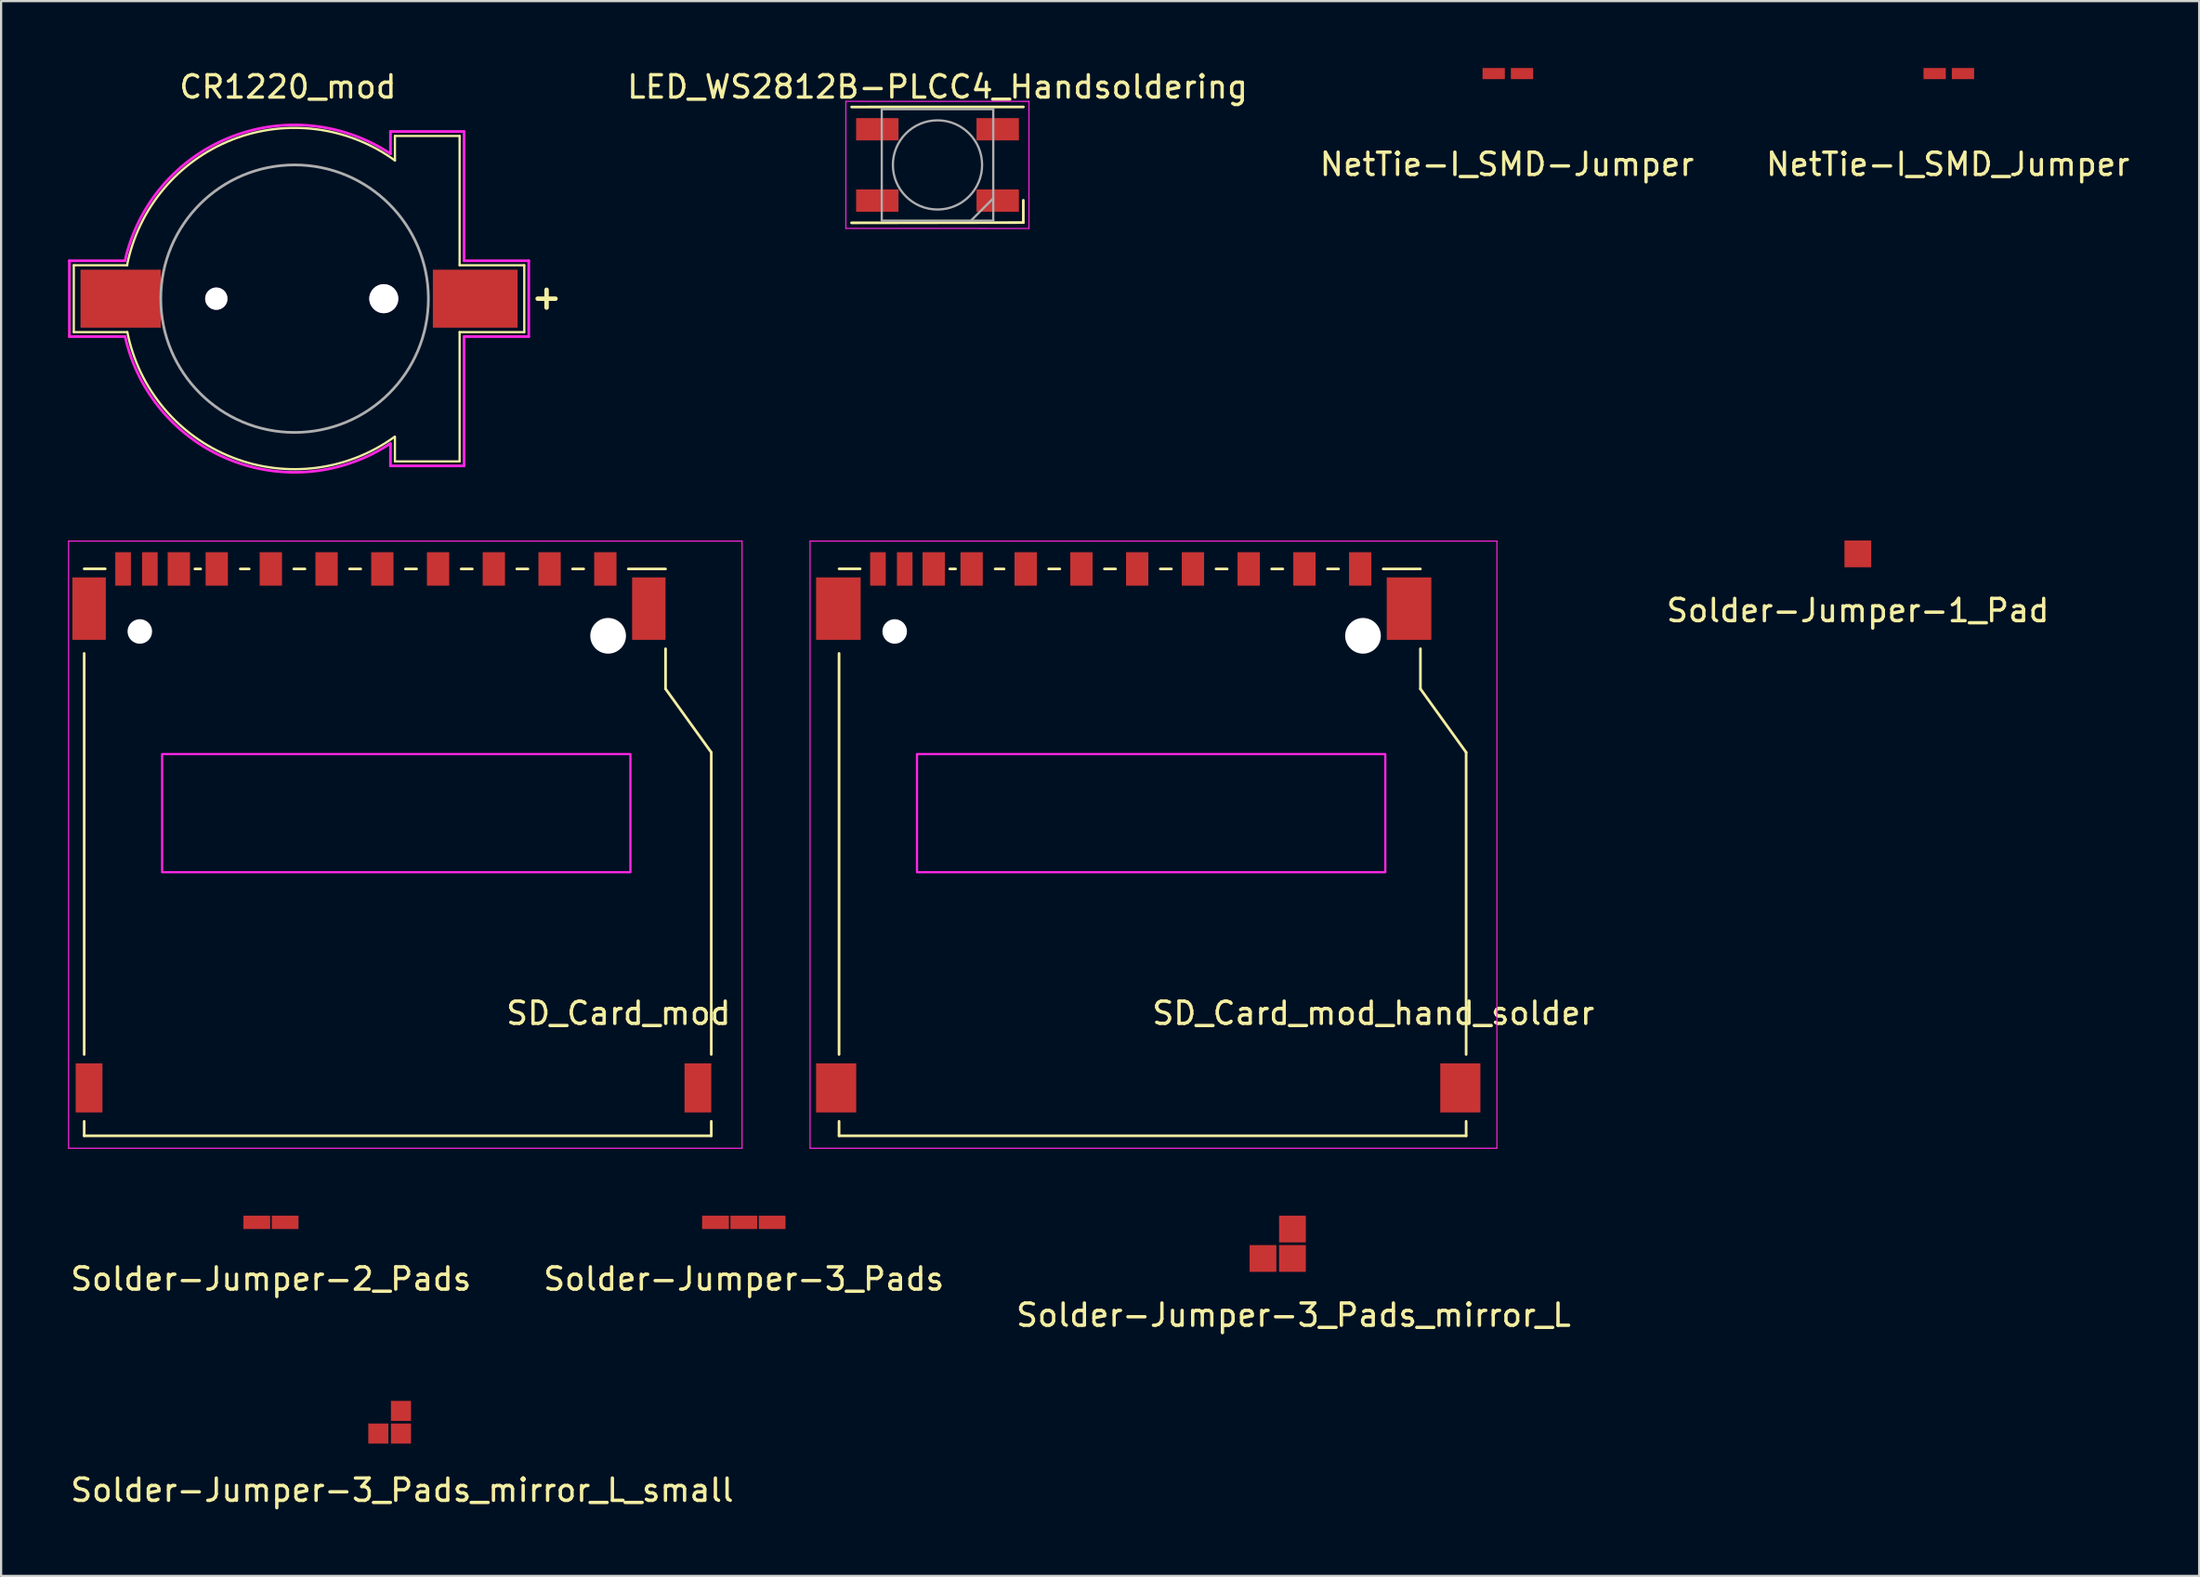
<source format=kicad_pcb>
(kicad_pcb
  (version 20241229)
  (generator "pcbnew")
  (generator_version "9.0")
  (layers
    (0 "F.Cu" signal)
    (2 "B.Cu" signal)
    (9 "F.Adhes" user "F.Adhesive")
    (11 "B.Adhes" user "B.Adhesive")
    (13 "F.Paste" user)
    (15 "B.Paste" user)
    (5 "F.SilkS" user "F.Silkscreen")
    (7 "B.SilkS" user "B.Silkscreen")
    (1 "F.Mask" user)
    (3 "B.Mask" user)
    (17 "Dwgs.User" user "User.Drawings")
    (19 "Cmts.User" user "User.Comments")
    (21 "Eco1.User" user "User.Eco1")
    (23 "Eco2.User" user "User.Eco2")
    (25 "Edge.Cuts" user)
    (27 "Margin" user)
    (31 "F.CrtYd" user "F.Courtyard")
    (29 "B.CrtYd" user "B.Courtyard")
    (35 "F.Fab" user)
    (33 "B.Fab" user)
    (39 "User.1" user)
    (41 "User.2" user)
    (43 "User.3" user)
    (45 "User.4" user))
  (footprint "Solder-Jumper-3_Pads_mirror_L_small"
    (layer "F.Cu")
    (at 14.982 61.256)
    (property "Reference" "Solder-Jumper-3_Pads_mirror_L_small" (at 0 2.54 0) (layer "F.SilkS") (effects (font (size 1 1) (thickness 0.15))))
    (attr through_hole)
    (pad "1" smd rect (at -1.067 0) (size 0.9 0.9) (layers "F.Cu" "F.Mask" "F.Paste"))
    (pad "2" smd rect (at -0.051 0) (size 0.9 0.9) (layers "F.Cu" "F.Mask" "F.Paste"))
    (pad "3" smd rect (at -0.051 -1.016) (size 0.9 0.9) (layers "F.Cu" "F.Mask" "F.Paste")))
  (footprint "Solder-Jumper-3_Pads_mirror_L"
    (layer "F.Cu")
    (at 54.958 53.402)
    (property "Reference" "Solder-Jumper-3_Pads_mirror_L" (at 0 2.54 0) (layer "F.SilkS") (effects (font (size 1 1) (thickness 0.15))))
    (attr through_hole)
    (pad "1" smd rect (at -1.372 0) (size 1.2 1.2) (layers "F.Cu" "F.Mask" "F.Paste"))
    (pad "2" smd rect (at -0.051 0) (size 1.2 1.2) (layers "F.Cu" "F.Mask" "F.Paste"))
    (pad "3" smd rect (at -0.051 -1.321) (size 1.2 1.2) (layers "F.Cu" "F.Mask" "F.Paste")))
  (footprint "Solder-Jumper-3_Pads"
    (layer "F.Cu")
    (at 30.304 51.781)
    (property "Reference" "Solder-Jumper-3_Pads" (at 0 2.54 0) (layer "F.SilkS") (effects (font (size 1 1) (thickness 0.15))))
    (attr through_hole)
    (pad "1" smd rect (at -1.27 0) (size 1.2 0.6) (layers "F.Cu" "F.Mask" "F.Paste"))
    (pad "2" smd rect (at 0 0) (size 1.2 0.6) (layers "F.Cu" "F.Mask" "F.Paste"))
    (pad "3" smd rect (at 1.27 0) (size 1.2 0.6) (layers "F.Cu" "F.Mask" "F.Paste")))
  (footprint "Solder-Jumper-1_Pad"
    (layer "F.Cu")
    (at 80.261 21.796)
    (property "Reference" "Solder-Jumper-1_Pad" (at 0 2.54 0) (layer "F.SilkS") (effects (font (size 1 1) (thickness 0.15))))
    (attr through_hole)
    (pad "1" smd rect (at 0 0) (size 1.2 1.2) (layers "F.Cu" "F.Mask" "F.Paste")))
  (footprint "CR1220_mod"
    (layer "F.Cu")
    (at 10.16 10.348)
    (property "Reference" "CR1220_mod" (at -0.3 -9.5 180) (layer "F.SilkS") (effects (font (size 1 1) (thickness 0.15))))
    (attr through_hole)
    (fp_line (start -9.9 -1.5) (end -9.9 1.5) (stroke (width 0.1) (type solid)) (layer "F.SilkS"))
    (fp_line (start -9.9 1.5) (end -7.5 1.5) (stroke (width 0.1) (type solid)) (layer "F.SilkS"))
    (fp_line (start -7.5 -1.5) (end -9.9 -1.5) (stroke (width 0.1) (type solid)) (layer "F.SilkS"))
    (fp_line (start 4.5 -7.3) (end 4.5 -6.2) (stroke (width 0.1) (type solid)) (layer "F.SilkS"))
    (fp_line (start 4.5 7.3) (end 4.5 6.2) (stroke (width 0.1) (type solid)) (layer "F.SilkS"))
    (fp_line (start 7.4 -7.3) (end 4.5 -7.3) (stroke (width 0.1) (type solid)) (layer "F.SilkS"))
    (fp_line (start 7.4 -1.5) (end 7.4 -7.3) (stroke (width 0.1) (type solid)) (layer "F.SilkS"))
    (fp_line (start 7.4 1.5) (end 7.4 7.3) (stroke (width 0.1) (type solid)) (layer "F.SilkS"))
    (fp_line (start 7.4 1.5) (end 10.3 1.5) (stroke (width 0.1) (type solid)) (layer "F.SilkS"))
    (fp_line (start 7.4 7.3) (end 4.5 7.3) (stroke (width 0.1) (type solid)) (layer "F.SilkS"))
    (fp_line (start 10.3 -1.5) (end 7.4 -1.5) (stroke (width 0.1) (type solid)) (layer "F.SilkS"))
    (fp_line (start 10.3 1.5) (end 10.3 -1.5) (stroke (width 0.1) (type solid)) (layer "F.SilkS"))
    (fp_line (start 10.9 0) (end 11.7 0) (stroke (width 0.2) (type solid)) (layer "F.SilkS"))
    (fp_line (start 11.3 -0.4) (end 11.3 0.4) (stroke (width 0.2) (type solid)) (layer "F.SilkS"))
    (fp_arc (start -7.512168 -1.502433) (mid -2.790174 -7.134767) (end 4.499999 -6.199999) (stroke (width 0.1) (type solid)) (layer "F.SilkS"))
    (fp_arc (start 4.492709 6.189956) (mid -2.785655 7.12321) (end -7.499999 1.499999) (stroke (width 0.1) (type solid)) (layer "F.SilkS"))
    (fp_line (start -10.1 -1.7) (end -10.1 1.7) (stroke (width 0.12) (type solid)) (layer "F.CrtYd"))
    (fp_line (start -10.1 1.7) (end -7.6 1.7) (stroke (width 0.12) (type solid)) (layer "F.CrtYd"))
    (fp_line (start -7.606 -1.701) (end -10.1 -1.7) (stroke (width 0.12) (type solid)) (layer "F.CrtYd"))
    (fp_line (start 4.3 -7.5) (end 4.3 -6.5) (stroke (width 0.12) (type solid)) (layer "F.CrtYd"))
    (fp_line (start 4.3 6.5) (end 4.3 7.5) (stroke (width 0.12) (type solid)) (layer "F.CrtYd"))
    (fp_line (start 4.3 7.5) (end 7.6 7.5) (stroke (width 0.12) (type solid)) (layer "F.CrtYd"))
    (fp_line (start 7.6 -7.5) (end 4.3 -7.5) (stroke (width 0.12) (type solid)) (layer "F.CrtYd"))
    (fp_line (start 7.6 -1.7) (end 7.6 -7.5) (stroke (width 0.12) (type solid)) (layer "F.CrtYd"))
    (fp_line (start 7.6 1.7) (end 10.5 1.7) (stroke (width 0.12) (type solid)) (layer "F.CrtYd"))
    (fp_line (start 7.6 7.5) (end 7.6 1.7) (stroke (width 0.12) (type solid)) (layer "F.CrtYd"))
    (fp_line (start 10.5 -1.7) (end 7.6 -1.7) (stroke (width 0.12) (type solid)) (layer "F.CrtYd"))
    (fp_line (start 10.5 1.7) (end 10.5 -1.7) (stroke (width 0.12) (type solid)) (layer "F.CrtYd"))
    (fp_arc (start -7.605636 -1.70126) (mid -2.913552 -7.228499) (end 4.299999 -6.499999) (stroke (width 0.12) (type solid)) (layer "F.CrtYd"))
    (fp_arc (start 4.296812 6.495182) (mid -2.911392 7.223142) (end -7.599999 1.699999) (stroke (width 0.12) (type solid)) (layer "F.CrtYd"))
    (fp_circle (center 0 0) (end 0 -6) (stroke (width 0.12) (type solid)) (fill no) (layer "F.Fab"))
    (pad "" thru_hole circle (at -3.51 0) (size 1 1) (drill 1) (layers "*.Cu" "*.Mask"))
    (pad "" thru_hole circle (at 4 0) (size 1.3 1.3) (drill 1.3) (layers "*.Cu" "*.Mask"))
    (pad "1" smd rect (at 8.1 0) (size 3.8 2.6) (layers "F.Cu" "F.Mask" "F.Paste"))
    (pad "2" smd rect (at -7.8 0) (size 3.6 2.6) (layers "F.Cu" "F.Mask" "F.Paste")))
  (footprint "SD_Card_mod"
    (layer "F.Cu")
    (at 15.125 34.621)
    (property "Reference" "SD_Card_mod" (at 9.56 7.78 0) (layer "F.SilkS") (effects (font (size 1 1) (thickness 0.15))))
    (attr smd)
    (fp_line (start -14.4 -12.155) (end -13.455 -12.155) (stroke (width 0.12) (type solid)) (layer "F.SilkS"))
    (fp_line (start -14.4 9.63) (end -14.4 -8.36) (stroke (width 0.12) (type solid)) (layer "F.SilkS"))
    (fp_line (start -14.4 13.28) (end -14.4 12.63) (stroke (width 0.12) (type solid)) (layer "F.SilkS"))
    (fp_line (start -9.435 -12.15) (end -9.175 -12.15) (stroke (width 0.12) (type solid)) (layer "F.SilkS"))
    (fp_line (start -7.4 -12.15) (end -7 -12.15) (stroke (width 0.12) (type solid)) (layer "F.SilkS"))
    (fp_line (start -5 -12.15) (end -4.5 -12.15) (stroke (width 0.12) (type solid)) (layer "F.SilkS"))
    (fp_line (start -2.5 -12.15) (end -2 -12.15) (stroke (width 0.12) (type solid)) (layer "F.SilkS"))
    (fp_line (start 0.005 -12.15) (end 0.505 -12.15) (stroke (width 0.12) (type solid)) (layer "F.SilkS"))
    (fp_line (start 2.505 -12.15) (end 3.005 -12.15) (stroke (width 0.12) (type solid)) (layer "F.SilkS"))
    (fp_line (start 5 -12.15) (end 5.5 -12.15) (stroke (width 0.12) (type solid)) (layer "F.SilkS"))
    (fp_line (start 7.5 -12.15) (end 8 -12.15) (stroke (width 0.12) (type solid)) (layer "F.SilkS"))
    (fp_line (start 11.67 -12.15) (end 10 -12.15) (stroke (width 0.12) (type solid)) (layer "F.SilkS"))
    (fp_line (start 11.67 -6.77) (end 11.67 -8.57) (stroke (width 0.12) (type solid)) (layer "F.SilkS"))
    (fp_line (start 13.72 -3.92) (end 11.67 -6.77) (stroke (width 0.12) (type solid)) (layer "F.SilkS"))
    (fp_line (start 13.72 9.63) (end 13.72 -3.92) (stroke (width 0.12) (type solid)) (layer "F.SilkS"))
    (fp_line (start 13.72 13.28) (end -14.4 13.28) (stroke (width 0.12) (type solid)) (layer "F.SilkS"))
    (fp_line (start 13.72 13.28) (end 13.72 12.63) (stroke (width 0.12) (type solid)) (layer "F.SilkS"))
    (fp_line (start -15.1 -13.4) (end -15.1 13.835) (stroke (width 0.05) (type solid)) (layer "F.CrtYd"))
    (fp_line (start -15.1 13.835) (end 15.1 13.835) (stroke (width 0.05) (type solid)) (layer "F.CrtYd"))
    (fp_line (start 15.1 -13.4) (end -15.1 -13.4) (stroke (width 0.05) (type solid)) (layer "F.CrtYd"))
    (fp_line (start 15.1 13.835) (end 15.1 -13.4) (stroke (width 0.05) (type solid)) (layer "F.CrtYd"))
    (fp_poly (pts (xy 10.095 1.455) (xy -10.905 1.455) (xy -10.905 -3.845) (xy 10.095 -3.845)) (stroke (width 0.1) (type solid)) (fill no) (layer "F.CrtYd"))
    (pad "" np_thru_hole circle (at -11.905 -9.345) (size 1.1 1.1) (drill 1.1) (layers "*.Cu" "*.Mask"))
    (pad "" np_thru_hole circle (at 9.095 -9.15) (size 1.6 1.6) (drill 1.6) (layers "*.Cu" "*.Mask"))
    (pad "1" smd rect (at 6.47 -12.15) (size 1 1.5) (layers "F.Cu" "F.Mask" "F.Paste"))
    (pad "2" smd rect (at 3.97 -12.15) (size 1 1.5) (layers "F.Cu" "F.Mask" "F.Paste"))
    (pad "3" smd rect (at 1.47 -12.15) (size 1 1.5) (layers "F.Cu" "F.Mask" "F.Paste"))
    (pad "4" smd rect (at -1.03 -12.15) (size 1 1.5) (layers "F.Cu" "F.Mask" "F.Paste"))
    (pad "5" smd rect (at -3.53 -12.15) (size 1 1.5) (layers "F.Cu" "F.Mask" "F.Paste"))
    (pad "6" smd rect (at -6.03 -12.15) (size 1 1.5) (layers "F.Cu" "F.Mask" "F.Paste"))
    (pad "7" smd rect (at -8.455 -12.15) (size 1 1.5) (layers "F.Cu" "F.Mask" "F.Paste"))
    (pad "8" smd rect (at -10.155 -12.15) (size 1 1.5) (layers "F.Cu" "F.Mask" "F.Paste"))
    (pad "9" smd rect (at 8.97 -12.15) (size 1 1.5) (layers "F.Cu" "F.Mask" "F.Paste"))
    (pad "10" smd rect (at -11.455 -12.15) (size 0.7 1.5) (layers "F.Cu" "F.Mask" "F.Paste"))
    (pad "11" smd rect (at -12.655 -12.15) (size 0.7 1.5) (layers "F.Cu" "F.Mask" "F.Paste"))
    (pad "12" smd rect (at 10.92 -10.37) (size 1.5 2.8) (layers "F.Cu" "F.Mask" "F.Paste"))
    (pad "13" smd rect (at -14.18 -10.37) (size 1.5 2.8) (layers "F.Cu" "F.Mask" "F.Paste"))
    (pad "14" smd rect (at 13.12 11.13) (size 1.2 2.2) (layers "F.Cu" "F.Mask" "F.Paste"))
    (pad "15" smd rect (at -14.18 11.13) (size 1.2 2.2) (layers "F.Cu" "F.Mask" "F.Paste")))
  (footprint "SD_Card_mod_hand_solder"
    (layer "F.Cu")
    (at 48.975 34.621)
    (property "Reference" "SD_Card_mod_hand_solder" (at 9.56 7.78 0) (layer "F.SilkS") (effects (font (size 1 1) (thickness 0.15))))
    (attr smd)
    (fp_line (start -14.4 -12.155) (end -13.455 -12.155) (stroke (width 0.12) (type solid)) (layer "F.SilkS"))
    (fp_line (start -14.4 9.63) (end -14.4 -8.36) (stroke (width 0.12) (type solid)) (layer "F.SilkS"))
    (fp_line (start -14.4 13.28) (end -14.4 12.63) (stroke (width 0.12) (type solid)) (layer "F.SilkS"))
    (fp_line (start -9.435 -12.15) (end -9.175 -12.15) (stroke (width 0.12) (type solid)) (layer "F.SilkS"))
    (fp_line (start -7.4 -12.15) (end -7 -12.15) (stroke (width 0.12) (type solid)) (layer "F.SilkS"))
    (fp_line (start -5 -12.15) (end -4.5 -12.15) (stroke (width 0.12) (type solid)) (layer "F.SilkS"))
    (fp_line (start -2.5 -12.15) (end -2 -12.15) (stroke (width 0.12) (type solid)) (layer "F.SilkS"))
    (fp_line (start 0.005 -12.15) (end 0.505 -12.15) (stroke (width 0.12) (type solid)) (layer "F.SilkS"))
    (fp_line (start 2.505 -12.15) (end 3.005 -12.15) (stroke (width 0.12) (type solid)) (layer "F.SilkS"))
    (fp_line (start 5 -12.15) (end 5.5 -12.15) (stroke (width 0.12) (type solid)) (layer "F.SilkS"))
    (fp_line (start 7.5 -12.15) (end 8 -12.15) (stroke (width 0.12) (type solid)) (layer "F.SilkS"))
    (fp_line (start 11.67 -12.15) (end 10 -12.15) (stroke (width 0.12) (type solid)) (layer "F.SilkS"))
    (fp_line (start 11.67 -6.77) (end 11.67 -8.57) (stroke (width 0.12) (type solid)) (layer "F.SilkS"))
    (fp_line (start 13.72 -3.92) (end 11.67 -6.77) (stroke (width 0.12) (type solid)) (layer "F.SilkS"))
    (fp_line (start 13.72 9.63) (end 13.72 -3.92) (stroke (width 0.12) (type solid)) (layer "F.SilkS"))
    (fp_line (start 13.72 13.28) (end -14.4 13.28) (stroke (width 0.12) (type solid)) (layer "F.SilkS"))
    (fp_line (start 13.72 13.28) (end 13.72 12.63) (stroke (width 0.12) (type solid)) (layer "F.SilkS"))
    (fp_line (start -15.7 -13.4) (end -15.7 13.835) (stroke (width 0.05) (type solid)) (layer "F.CrtYd"))
    (fp_line (start -15.7 13.835) (end 15.1 13.835) (stroke (width 0.05) (type solid)) (layer "F.CrtYd"))
    (fp_line (start 15.1 -13.4) (end -15.7 -13.4) (stroke (width 0.05) (type solid)) (layer "F.CrtYd"))
    (fp_line (start 15.1 13.835) (end 15.1 -13.4) (stroke (width 0.05) (type solid)) (layer "F.CrtYd"))
    (fp_poly (pts (xy 10.095 1.455) (xy -10.905 1.455) (xy -10.905 -3.845) (xy 10.095 -3.845)) (stroke (width 0.1) (type solid)) (fill no) (layer "F.CrtYd"))
    (pad "" np_thru_hole circle (at -11.905 -9.345) (size 1.1 1.1) (drill 1.1) (layers "*.Cu" "*.Mask"))
    (pad "" np_thru_hole circle (at 9.095 -9.15) (size 1.6 1.6) (drill 1.6) (layers "*.Cu" "*.Mask"))
    (pad "1" smd rect (at 6.47 -12.15) (size 1 1.5) (layers "F.Cu" "F.Mask" "F.Paste"))
    (pad "2" smd rect (at 3.97 -12.15) (size 1 1.5) (layers "F.Cu" "F.Mask" "F.Paste"))
    (pad "3" smd rect (at 1.47 -12.15) (size 1 1.5) (layers "F.Cu" "F.Mask" "F.Paste"))
    (pad "4" smd rect (at -1.03 -12.15) (size 1 1.5) (layers "F.Cu" "F.Mask" "F.Paste"))
    (pad "5" smd rect (at -3.53 -12.15) (size 1 1.5) (layers "F.Cu" "F.Mask" "F.Paste"))
    (pad "6" smd rect (at -6.03 -12.15) (size 1 1.5) (layers "F.Cu" "F.Mask" "F.Paste"))
    (pad "7" smd rect (at -8.455 -12.15) (size 1 1.5) (layers "F.Cu" "F.Mask" "F.Paste"))
    (pad "8" smd rect (at -10.155 -12.15) (size 1 1.5) (layers "F.Cu" "F.Mask" "F.Paste"))
    (pad "9" smd rect (at 8.97 -12.15) (size 1 1.5) (layers "F.Cu" "F.Mask" "F.Paste"))
    (pad "10" smd rect (at -11.455 -12.15) (size 0.7 1.5) (layers "F.Cu" "F.Mask" "F.Paste"))
    (pad "11" smd rect (at -12.655 -12.15) (size 0.7 1.5) (layers "F.Cu" "F.Mask" "F.Paste"))
    (pad "12" smd rect (at 11.16 -10.37) (size 2 2.8) (layers "F.Cu" "F.Mask" "F.Paste"))
    (pad "13" smd rect (at -14.43 -10.37) (size 2 2.8) (layers "F.Cu" "F.Mask" "F.Paste"))
    (pad "14" smd rect (at 13.46 11.13) (size 1.8 2.2) (layers "F.Cu" "F.Mask" "F.Paste"))
    (pad "15" smd rect (at -14.53 11.13) (size 1.8 2.2) (layers "F.Cu" "F.Mask" "F.Paste")))
  (footprint "Solder-Jumper-2_Pads"
    (layer "F.Cu")
    (at 9.101 51.781)
    (property "Reference" "Solder-Jumper-2_Pads" (at 0 2.54 0) (layer "F.SilkS") (effects (font (size 1 1) (thickness 0.15))))
    (attr through_hole)
    (pad "1" smd rect (at -0.635 0) (size 1.2 0.6) (layers "F.Cu" "F.Mask" "F.Paste"))
    (pad "2" smd rect (at 0.635 0) (size 1.2 0.6) (layers "F.Cu" "F.Mask" "F.Paste")))
  (footprint "LED_WS2812B-PLCC4_Handsoldering"
    (layer "F.Cu")
    (at 38.99 4.348)
    (property "Reference" "LED_WS2812B-PLCC4_Handsoldering" (at 0 -3.5 0) (layer "F.SilkS") (effects (font (size 1 1) (thickness 0.15))))
    (attr smd)
    (fp_line (start -3.856 2.598) (end 3.848 2.586) (stroke (width 0.12) (type solid)) (layer "F.SilkS"))
    (fp_line (start -3.851 -2.598) (end 3.853 -2.601) (stroke (width 0.12) (type solid)) (layer "F.SilkS"))
    (fp_line (start 3.848 2.586) (end 3.848 1.586) (stroke (width 0.12) (type solid)) (layer "F.SilkS"))
    (fp_line (start -4.11 -2.853) (end -4.11 2.847) (stroke (width 0.05) (type solid)) (layer "F.CrtYd"))
    (fp_line (start -4.11 2.847) (end 4.102 2.85) (stroke (width 0.05) (type solid)) (layer "F.CrtYd"))
    (fp_line (start 4.102 -2.85) (end -4.11 -2.853) (stroke (width 0.05) (type solid)) (layer "F.CrtYd"))
    (fp_line (start 4.102 2.85) (end 4.102 -2.85) (stroke (width 0.05) (type solid)) (layer "F.CrtYd"))
    (fp_line (start -2.5 -2.5) (end -2.5 2.5) (stroke (width 0.1) (type solid)) (layer "F.Fab"))
    (fp_line (start -2.5 2.5) (end 2.5 2.5) (stroke (width 0.1) (type solid)) (layer "F.Fab"))
    (fp_line (start 2.5 -2.5) (end -2.5 -2.5) (stroke (width 0.1) (type solid)) (layer "F.Fab"))
    (fp_line (start 2.5 1.5) (end 1.5 2.5) (stroke (width 0.1) (type solid)) (layer "F.Fab"))
    (fp_line (start 2.5 2.5) (end 2.5 -2.5) (stroke (width 0.1) (type solid)) (layer "F.Fab"))
    (fp_circle (center 0 0) (end 0 -2) (stroke (width 0.1) (type solid)) (fill no) (layer "F.Fab"))
    (pad "1" smd rect (at -2.7 -1.6) (size 1.9 1) (layers "F.Cu" "F.Mask" "F.Paste"))
    (pad "2" smd rect (at -2.7 1.6) (size 1.9 1) (layers "F.Cu" "F.Mask" "F.Paste"))
    (pad "3" smd rect (at 2.7 1.6) (size 1.9 1) (layers "F.Cu" "F.Mask" "F.Paste"))
    (pad "4" smd rect (at 2.7 -1.6) (size 1.9 1) (layers "F.Cu" "F.Mask" "F.Paste")))
  (footprint "NetTie-I_SMD_Jumper"
    (layer "F.Cu")
    (at 84.34 0.25)
    (property "Reference" "NetTie-I_SMD_Jumper" (at -0.041 4.069 0) (layer "F.SilkS") (effects (font (size 1 1) (thickness 0.15))))
    (attr through_hole)
    (pad "1" smd rect (at -0.635 0) (size 1 0.5) (layers "F.Cu" "F.Mask" "F.Paste"))
    (pad "2" smd rect (at 0.635 0) (size 1 0.5) (layers "F.Cu" "F.Mask" "F.Paste")))
  (footprint "NetTie-I_SMD-Jumper"
    (layer "F.Cu")
    (at 64.566 0.25)
    (property "Reference" "NetTie-I_SMD-Jumper" (at -0.041 4.069 0) (layer "F.SilkS") (effects (font (size 1 1) (thickness 0.15))))
    (attr through_hole)
    (pad "1" smd rect (at -0.635 0) (size 1 0.5) (layers "F.Cu" "F.Mask" "F.Paste"))
    (pad "2" smd rect (at 0.635 0) (size 1 0.5) (layers "F.Cu" "F.Mask" "F.Paste")))
  (gr_rect
    (start -3 -3)
    (end 95.567 67.644)
    (stroke (width 0.1) (type default))
    (fill no)
    (layer "Edge.Cuts")))
</source>
